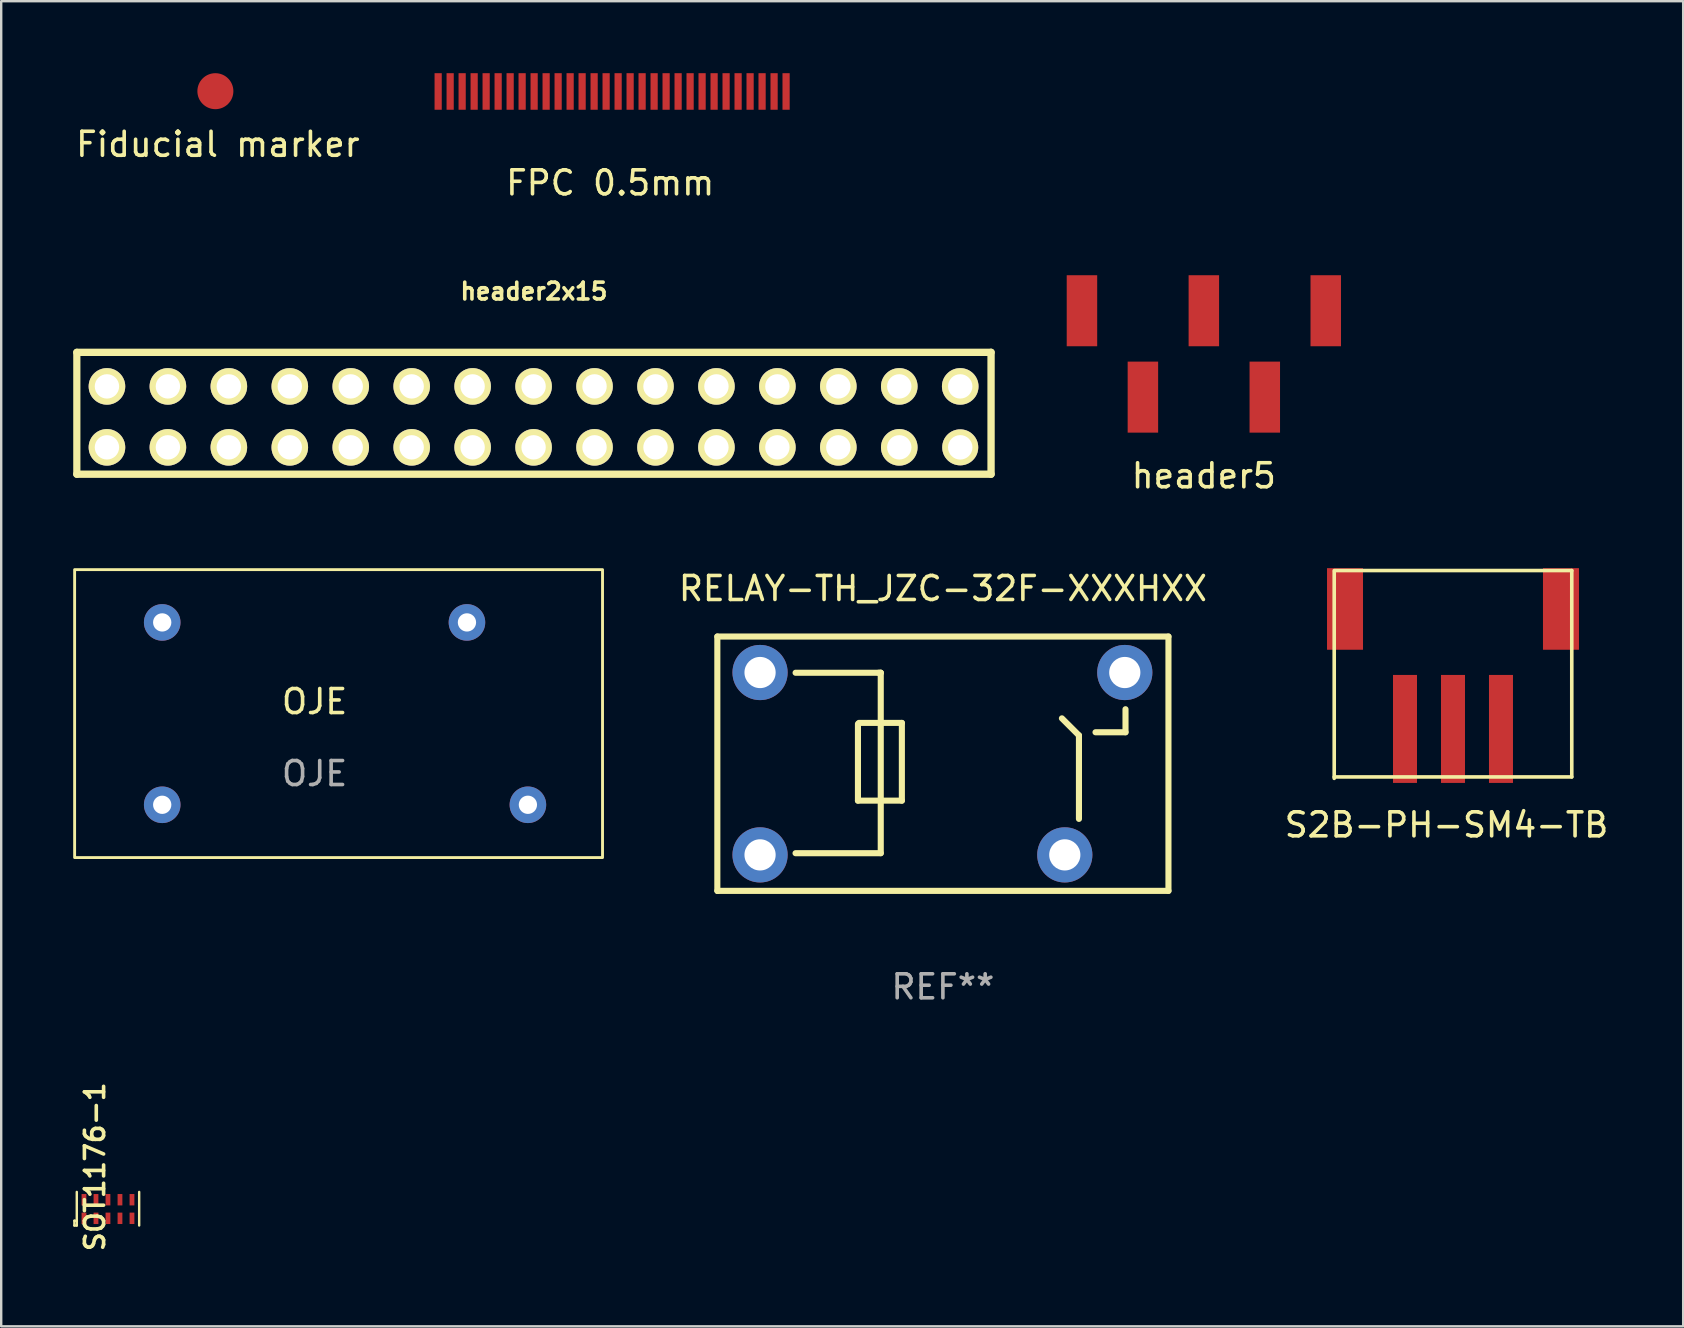
<source format=kicad_pcb>
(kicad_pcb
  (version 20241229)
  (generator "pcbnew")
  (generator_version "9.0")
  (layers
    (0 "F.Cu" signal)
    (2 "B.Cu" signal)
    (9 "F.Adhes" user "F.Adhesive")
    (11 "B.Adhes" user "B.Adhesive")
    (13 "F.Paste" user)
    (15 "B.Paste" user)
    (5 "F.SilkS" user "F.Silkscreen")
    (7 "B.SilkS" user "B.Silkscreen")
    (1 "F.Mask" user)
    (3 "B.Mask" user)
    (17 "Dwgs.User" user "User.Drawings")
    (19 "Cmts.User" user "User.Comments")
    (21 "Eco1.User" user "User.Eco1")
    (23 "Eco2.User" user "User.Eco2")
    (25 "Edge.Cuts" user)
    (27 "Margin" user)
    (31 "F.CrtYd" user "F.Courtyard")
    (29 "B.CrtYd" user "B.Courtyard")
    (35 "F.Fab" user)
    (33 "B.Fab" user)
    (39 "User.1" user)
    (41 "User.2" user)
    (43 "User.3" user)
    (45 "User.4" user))
  (footprint "RELAY-TH_JZC-32F-XXXHXX"
    (layer "F.Cu")
    (at 36.225 28.777)
    (property "Reference" "RELAY-TH_JZC-32F-XXXHXX" (at 0.02 -7.3 0) (layer "F.SilkS") (effects (font (size 1 1) (thickness 0.15))))
    (attr through_hole)
    (fp_line (start -9.38 -5.3) (end 9.42 -5.3) (stroke (width 0.254) (type solid)) (layer "F.SilkS"))
    (fp_line (start -9.38 5.3) (end -9.38 -5.3) (stroke (width 0.254) (type solid)) (layer "F.SilkS"))
    (fp_line (start -9.37 5.3) (end -9.37 5.29) (stroke (width 0.254) (type solid)) (layer "F.SilkS"))
    (fp_line (start -3.52 1.54) (end -3.52 -1.66) (stroke (width 0.254) (type solid)) (layer "F.SilkS"))
    (fp_line (start -3.48 -1.7) (end -1.69 -1.7) (stroke (width 0.254) (type solid)) (layer "F.SilkS"))
    (fp_line (start -2.657 -3.79) (end -2.57 -3.79) (stroke (width 0.254) (type solid)) (layer "F.SilkS"))
    (fp_line (start -2.57 -3.79) (end -6.119 -3.79) (stroke (width 0.254) (type solid)) (layer "F.SilkS"))
    (fp_line (start -2.57 -3.79) (end -2.57 3.73) (stroke (width 0.254) (type solid)) (layer "F.SilkS"))
    (fp_line (start -2.57 3.73) (end -6.121 3.73) (stroke (width 0.254) (type solid)) (layer "F.SilkS"))
    (fp_line (start -1.69 -1.7) (end -1.69 1.54) (stroke (width 0.254) (type solid)) (layer "F.SilkS"))
    (fp_line (start -1.69 1.54) (end -3.52 1.54) (stroke (width 0.254) (type solid)) (layer "F.SilkS"))
    (fp_line (start 5.69 2.3) (end 5.69 -1.18) (stroke (width 0.254) (type solid)) (layer "F.SilkS"))
    (fp_line (start 5.69 -1.18) (end 4.98 -1.89) (stroke (width 0.254) (type solid)) (layer "F.SilkS"))
    (fp_line (start 7.63 -2.27) (end 7.63 -1.31) (stroke (width 0.254) (type solid)) (layer "F.SilkS"))
    (fp_line (start 7.63 -1.31) (end 6.38 -1.31) (stroke (width 0.254) (type solid)) (layer "F.SilkS"))
    (fp_line (start 9.42 -5.3) (end 9.42 5.3) (stroke (width 0.254) (type solid)) (layer "F.SilkS"))
    (fp_line (start 9.42 5.3) (end -9.37 5.3) (stroke (width 0.254) (type solid)) (layer "F.SilkS"))
    (fp_circle (center -9.38 5.3) (end -9.35 5.3) (stroke (width 0.06) (type solid)) (fill no) (layer "F.SilkS"))
    (fp_text user "REF**" (at 0.02 9.3 0) (layer "F.Fab") (effects (font (size 1 1) (thickness 0.15))))
    (pad "1" thru_hole circle (at -7.6 3.8) (size 2.3 2.3) (drill 1.3) (layers "*.Cu" "*.Mask"))
    (pad "2" thru_hole circle (at -7.6 -3.8) (size 2.3 2.3) (drill 1.3) (layers "*.Cu" "*.Mask"))
    (pad "3" thru_hole circle (at 7.6 -3.8) (size 2.3 2.3) (drill 1.3) (layers "*.Cu" "*.Mask"))
    (pad "4" thru_hole circle (at 5.1 3.8) (size 2.3 2.3) (drill 1.3) (layers "*.Cu" "*.Mask")))
  (footprint "OJE"
    (layer "F.Cu")
    (at 10.06 26.689)
    (property "Reference" "OJE" (at 0 -0.5 0) (unlocked yes) (layer "F.SilkS") (effects (font (size 1 1) (thickness 0.15))))
    (attr through_hole)
    (fp_rect (start -10 -6) (end 12 6) (stroke (width 0.12) (type default)) (fill no) (layer "F.SilkS"))
    (fp_text user "${REFERENCE}" (at 0 2.5 0) (unlocked yes) (layer "F.Fab") (effects (font (size 1 1) (thickness 0.15))))
    (pad "1" thru_hole circle (at 6.35 -3.8) (size 1.524 1.524) (drill 0.762) (layers "*.Cu" "*.Mask"))
    (pad "2" thru_hole circle (at -6.35 -3.8) (size 1.524 1.524) (drill 0.762) (layers "*.Cu" "*.Mask"))
    (pad "6" thru_hole circle (at -6.35 3.8) (size 1.524 1.524) (drill 0.762) (layers "*.Cu" "*.Mask"))
    (pad "7" thru_hole circle (at 8.89 3.8) (size 1.524 1.524) (drill 0.762) (layers "*.Cu" "*.Mask")))
  (footprint "FPC 0.5mm"
    (layer "F.Cu")
    (at 22.38 0.762)
    (property "Reference" "FPC 0.5mm" (at 0 3.81 0) (layer "F.SilkS") (effects (font (size 1 1) (thickness 0.15))))
    (attr through_hole)
    (pad "1" smd rect (at -7.17 0) (size 0.3 1.524) (layers "F.Cu" "F.Mask" "F.Paste"))
    (pad "2" smd rect (at -6.67 0) (size 0.3 1.524) (layers "F.Cu" "F.Mask" "F.Paste"))
    (pad "3" smd rect (at -6.17 0) (size 0.3 1.524) (layers "F.Cu" "F.Mask" "F.Paste"))
    (pad "4" smd rect (at -5.67 0) (size 0.3 1.524) (layers "F.Cu" "F.Mask" "F.Paste"))
    (pad "5" smd rect (at -5.17 0) (size 0.3 1.524) (layers "F.Cu" "F.Mask" "F.Paste"))
    (pad "6" smd rect (at -4.67 0) (size 0.3 1.524) (layers "F.Cu" "F.Mask" "F.Paste"))
    (pad "7" smd rect (at -4.17 0) (size 0.3 1.524) (layers "F.Cu" "F.Mask" "F.Paste"))
    (pad "8" smd rect (at -3.67 0) (size 0.3 1.524) (layers "F.Cu" "F.Mask" "F.Paste"))
    (pad "9" smd rect (at -3.17 0) (size 0.3 1.524) (layers "F.Cu" "F.Mask" "F.Paste"))
    (pad "10" smd rect (at -2.67 0) (size 0.3 1.524) (layers "F.Cu" "F.Mask" "F.Paste"))
    (pad "11" smd rect (at -2.17 0) (size 0.3 1.524) (layers "F.Cu" "F.Mask" "F.Paste"))
    (pad "12" smd rect (at -1.67 0) (size 0.3 1.524) (layers "F.Cu" "F.Mask" "F.Paste"))
    (pad "13" smd rect (at -1.17 0) (size 0.3 1.524) (layers "F.Cu" "F.Mask" "F.Paste"))
    (pad "14" smd rect (at -0.67 0) (size 0.3 1.524) (layers "F.Cu" "F.Mask" "F.Paste"))
    (pad "15" smd rect (at -0.17 0) (size 0.3 1.524) (layers "F.Cu" "F.Mask" "F.Paste"))
    (pad "16" smd rect (at 0.33 0) (size 0.3 1.524) (layers "F.Cu" "F.Mask" "F.Paste"))
    (pad "17" smd rect (at 0.83 0) (size 0.3 1.524) (layers "F.Cu" "F.Mask" "F.Paste"))
    (pad "18" smd rect (at 1.33 0) (size 0.3 1.524) (layers "F.Cu" "F.Mask" "F.Paste"))
    (pad "19" smd rect (at 1.83 0) (size 0.3 1.524) (layers "F.Cu" "F.Mask" "F.Paste"))
    (pad "20" smd rect (at 2.33 0) (size 0.3 1.524) (layers "F.Cu" "F.Mask" "F.Paste"))
    (pad "21" smd rect (at 2.83 0) (size 0.3 1.524) (layers "F.Cu" "F.Mask" "F.Paste"))
    (pad "22" smd rect (at 3.33 0) (size 0.3 1.524) (layers "F.Cu" "F.Mask" "F.Paste"))
    (pad "23" smd rect (at 3.83 0) (size 0.3 1.524) (layers "F.Cu" "F.Mask" "F.Paste"))
    (pad "24" smd rect (at 4.33 0) (size 0.3 1.524) (layers "F.Cu" "F.Mask" "F.Paste"))
    (pad "25" smd rect (at 4.83 0) (size 0.3 1.524) (layers "F.Cu" "F.Mask" "F.Paste"))
    (pad "26" smd rect (at 5.33 0) (size 0.3 1.524) (layers "F.Cu" "F.Mask" "F.Paste"))
    (pad "27" smd rect (at 5.83 0) (size 0.3 1.524) (layers "F.Cu" "F.Mask" "F.Paste"))
    (pad "28" smd rect (at 6.33 0) (size 0.3 1.524) (layers "F.Cu" "F.Mask" "F.Paste"))
    (pad "29" smd rect (at 6.83 0) (size 0.3 1.524) (layers "F.Cu" "F.Mask" "F.Paste"))
    (pad "30" smd rect (at 7.33 0) (size 0.3 1.524) (layers "F.Cu" "F.Mask" "F.Paste")))
  (footprint "SOT1176-1"
    (layer "F.Cu")
    (at 0.45 47.723)
    (property "Reference" "SOT1176-1" (at 0.455 -2.148 90) (layer "F.SilkS") (effects (font (size 0.8 0.8) (thickness 0.15))))
    (attr through_hole)
    (fp_line (start -0.4 0.1) (end -0.3 0.1) (stroke (width 0.1) (type solid)) (layer "F.SilkS"))
    (fp_line (start -0.4 0.3) (end -0.4 0.1) (stroke (width 0.1) (type solid)) (layer "F.SilkS"))
    (fp_line (start -0.4 0.3) (end -0.3 0.3) (stroke (width 0.1) (type solid)) (layer "F.SilkS"))
    (fp_line (start -0.3 0.3) (end -0.3 -1.1) (stroke (width 0.1) (type solid)) (layer "F.SilkS"))
    (fp_line (start 2.3 0.3) (end 2.3 -1.1) (stroke (width 0.1) (type solid)) (layer "F.SilkS"))
    (pad "1" smd rect (at 0 0) (size 0.2 0.475) (layers "F.Cu" "F.Mask" "F.Paste"))
    (pad "2" smd rect (at 0.5 0) (size 0.2 0.475) (layers "F.Cu" "F.Mask" "F.Paste"))
    (pad "3" smd rect (at 1 0) (size 0.2 0.475) (layers "F.Cu" "F.Mask" "F.Paste"))
    (pad "4" smd rect (at 1.5 0) (size 0.2 0.475) (layers "F.Cu" "F.Mask" "F.Paste"))
    (pad "5" smd rect (at 2 0) (size 0.2 0.475) (layers "F.Cu" "F.Mask" "F.Paste"))
    (pad "6" smd rect (at 2 -0.775) (size 0.2 0.475) (layers "F.Cu" "F.Mask" "F.Paste"))
    (pad "7" smd rect (at 1.5 -0.775) (size 0.2 0.475) (layers "F.Cu" "F.Mask" "F.Paste"))
    (pad "8" smd rect (at 1 -0.775) (size 0.2 0.475) (layers "F.Cu" "F.Mask" "F.Paste"))
    (pad "9" smd rect (at 0.5 -0.775) (size 0.2 0.475) (layers "F.Cu" "F.Mask" "F.Paste"))
    (pad "10" smd rect (at 0 -0.775) (size 0.2 0.475) (layers "F.Cu" "F.Mask" "F.Paste")))
  (footprint "S2B-PH-SM4-TB"
    (layer "F.Cu")
    (at 57.233 23.328)
    (property "Reference" "S2B-PH-SM4-TB" (at 0 8 0) (layer "F.SilkS") (effects (font (size 1 1) (thickness 0.15))))
    (attr through_hole)
    (fp_line (start -4.68 -2.54) (end -4.68 6.06) (stroke (width 0.15) (type solid)) (layer "F.SilkS"))
    (fp_line (start -4.68 6) (end 5.22 6) (stroke (width 0.15) (type solid)) (layer "F.SilkS"))
    (fp_line (start 5.22 -2.6) (end -4.68 -2.6) (stroke (width 0.15) (type solid)) (layer "F.SilkS"))
    (fp_line (start 5.22 6) (end 5.22 -2.6) (stroke (width 0.15) (type solid)) (layer "F.SilkS"))
    (pad "" smd rect (at -4.23 -1) (size 1.5 3.4) (layers "F.Cu" "F.Mask" "F.Paste"))
    (pad "" smd rect (at 4.77 -1) (size 1.5 3.4) (layers "F.Cu" "F.Mask" "F.Paste"))
    (pad "1" smd rect (at 2.27 4) (size 1 4.5) (layers "F.Cu" "F.Mask" "F.Paste"))
    (pad "2" smd rect (at 0.27 4) (size 1 4.5) (layers "F.Cu" "F.Mask" "F.Paste"))
    (pad "3" smd rect (at -1.73 4) (size 1 4.5) (layers "F.Cu" "F.Mask" "F.Paste")))
  (footprint "header2x15"
    (layer "F.Cu")
    (at 19.202 14.173)
    (property "Reference" "header2x15" (at 0 -5.08 0) (layer "F.SilkS") (effects (font (size 0.7 0.7) (thickness 0.15))))
    (attr through_hole)
    (fp_line (start -19.05 -2.54) (end 19.05 -2.54) (stroke (width 0.305) (type solid)) (layer "F.SilkS"))
    (fp_line (start -19.05 2.54) (end -19.05 -2.54) (stroke (width 0.3) (type solid)) (layer "F.SilkS"))
    (fp_line (start -19.05 2.54) (end 19.05 2.54) (stroke (width 0.305) (type solid)) (layer "F.SilkS"))
    (fp_line (start 19.05 -2.54) (end 19.05 2.54) (stroke (width 0.305) (type solid)) (layer "F.SilkS"))
    (pad "1" thru_hole circle (at 17.765 1.42 180) (size 1.5 1.5) (drill 1.02) (layers "*.Cu" "*.Mask" "F.SilkS"))
    (pad "2" thru_hole circle (at 17.765 -1.12 180) (size 1.524 1.524) (drill 1.016) (layers "*.Cu" "*.Mask" "F.SilkS"))
    (pad "3" thru_hole circle (at 15.225 1.42 180) (size 1.524 1.524) (drill 1.016) (layers "*.Cu" "*.Mask" "F.SilkS"))
    (pad "4" thru_hole circle (at 15.225 -1.12 180) (size 1.524 1.524) (drill 1.016) (layers "*.Cu" "*.Mask" "F.SilkS"))
    (pad "5" thru_hole circle (at 12.685 1.42 180) (size 1.524 1.524) (drill 1.016) (layers "*.Cu" "*.Mask" "F.SilkS"))
    (pad "6" thru_hole circle (at 12.685 -1.12 180) (size 1.524 1.524) (drill 1.016) (layers "*.Cu" "*.Mask" "F.SilkS"))
    (pad "7" thru_hole circle (at 10.145 1.42 180) (size 1.524 1.524) (drill 1.016) (layers "*.Cu" "*.Mask" "F.SilkS"))
    (pad "8" thru_hole circle (at 10.145 -1.12 180) (size 1.524 1.524) (drill 1.016) (layers "*.Cu" "*.Mask" "F.SilkS"))
    (pad "9" thru_hole circle (at 7.605 1.42 180) (size 1.524 1.524) (drill 1.016) (layers "*.Cu" "*.Mask" "F.SilkS"))
    (pad "10" thru_hole circle (at 7.605 -1.12 180) (size 1.524 1.524) (drill 1.016) (layers "*.Cu" "*.Mask" "F.SilkS"))
    (pad "11" thru_hole circle (at 5.065 1.42 180) (size 1.524 1.524) (drill 1.016) (layers "*.Cu" "*.Mask" "F.SilkS"))
    (pad "12" thru_hole circle (at 5.065 -1.12 180) (size 1.524 1.524) (drill 1.016) (layers "*.Cu" "*.Mask" "F.SilkS"))
    (pad "13" thru_hole circle (at 2.525 1.42 180) (size 1.524 1.524) (drill 1.016) (layers "*.Cu" "*.Mask" "F.SilkS"))
    (pad "14" thru_hole circle (at 2.525 -1.12 180) (size 1.524 1.524) (drill 1.016) (layers "*.Cu" "*.Mask" "F.SilkS"))
    (pad "15" thru_hole circle (at -0.015 1.42 180) (size 1.524 1.524) (drill 1.016) (layers "*.Cu" "*.Mask" "F.SilkS"))
    (pad "16" thru_hole circle (at -0.015 -1.12 180) (size 1.524 1.524) (drill 1.016) (layers "*.Cu" "*.Mask" "F.SilkS"))
    (pad "17" thru_hole circle (at -2.555 1.42 180) (size 1.524 1.524) (drill 1.016) (layers "*.Cu" "*.Mask" "F.SilkS"))
    (pad "18" thru_hole circle (at -2.555 -1.12 180) (size 1.524 1.524) (drill 1.016) (layers "*.Cu" "*.Mask" "F.SilkS"))
    (pad "19" thru_hole circle (at -5.095 1.42 180) (size 1.524 1.524) (drill 1.016) (layers "*.Cu" "*.Mask" "F.SilkS"))
    (pad "20" thru_hole circle (at -5.095 -1.12 180) (size 1.524 1.524) (drill 1.016) (layers "*.Cu" "*.Mask" "F.SilkS"))
    (pad "21" thru_hole circle (at -7.635 1.42 180) (size 1.524 1.524) (drill 1.016) (layers "*.Cu" "*.Mask" "F.SilkS"))
    (pad "22" thru_hole circle (at -7.635 -1.12 180) (size 1.524 1.524) (drill 1.016) (layers "*.Cu" "*.Mask" "F.SilkS"))
    (pad "23" thru_hole circle (at -10.175 1.42 180) (size 1.524 1.524) (drill 1.016) (layers "*.Cu" "*.Mask" "F.SilkS"))
    (pad "24" thru_hole circle (at -10.175 -1.12 180) (size 1.524 1.524) (drill 1.016) (layers "*.Cu" "*.Mask" "F.SilkS"))
    (pad "25" thru_hole circle (at -12.715 1.42 180) (size 1.524 1.524) (drill 1.016) (layers "*.Cu" "*.Mask" "F.SilkS"))
    (pad "26" thru_hole circle (at -12.715 -1.12 180) (size 1.524 1.524) (drill 1.016) (layers "*.Cu" "*.Mask" "F.SilkS"))
    (pad "27" thru_hole circle (at -15.255 1.42 180) (size 1.524 1.524) (drill 1.016) (layers "*.Cu" "*.Mask" "F.SilkS"))
    (pad "28" thru_hole circle (at -15.255 -1.12 180) (size 1.524 1.524) (drill 1.016) (layers "*.Cu" "*.Mask" "F.SilkS"))
    (pad "29" thru_hole circle (at -17.795 1.42 180) (size 1.524 1.524) (drill 1.016) (layers "*.Cu" "*.Mask" "F.SilkS"))
    (pad "30" thru_hole circle (at -17.795 -1.12 180) (size 1.524 1.524) (drill 1.016) (layers "*.Cu" "*.Mask" "F.SilkS")))
  (footprint "header5"
    (layer "F.Cu")
    (at 47.12 11.7)
    (property "Reference" "header5" (at 0 5.08 0) (layer "F.SilkS") (effects (font (size 1 1) (thickness 0.15))))
    (attr through_hole)
    (pad "1" smd rect (at 5.08 -1.8) (size 1.27 2.96) (layers "F.Cu" "F.Mask" "F.Paste"))
    (pad "2" smd rect (at 2.54 1.8) (size 1.27 2.96) (layers "F.Cu" "F.Mask" "F.Paste"))
    (pad "3" smd rect (at 0 -1.8) (size 1.27 2.96) (layers "F.Cu" "F.Mask" "F.Paste"))
    (pad "4" smd rect (at -2.54 1.8) (size 1.27 2.96) (layers "F.Cu" "F.Mask" "F.Paste"))
    (pad "5" smd rect (at -5.08 -1.8) (size 1.27 2.96) (layers "F.Cu" "F.Mask" "F.Paste")))
  (footprint "Fiducial marker"
    (layer "F.Cu")
    (at 5.926 0.75)
    (property "Reference" "Fiducial marker" (at 0.104 2.215 0) (layer "F.SilkS") (effects (font (size 1 1) (thickness 0.15))))
    (attr through_hole)
    (pad "1" smd circle (at 0 0) (size 1.5 1.5) (layers "F.Cu" "F.Mask")))
  (gr_rect
    (start -3 -3)
    (end 67.096 52.225)
    (stroke (width 0.1) (type default))
    (fill no)
    (layer "Edge.Cuts")))
</source>
